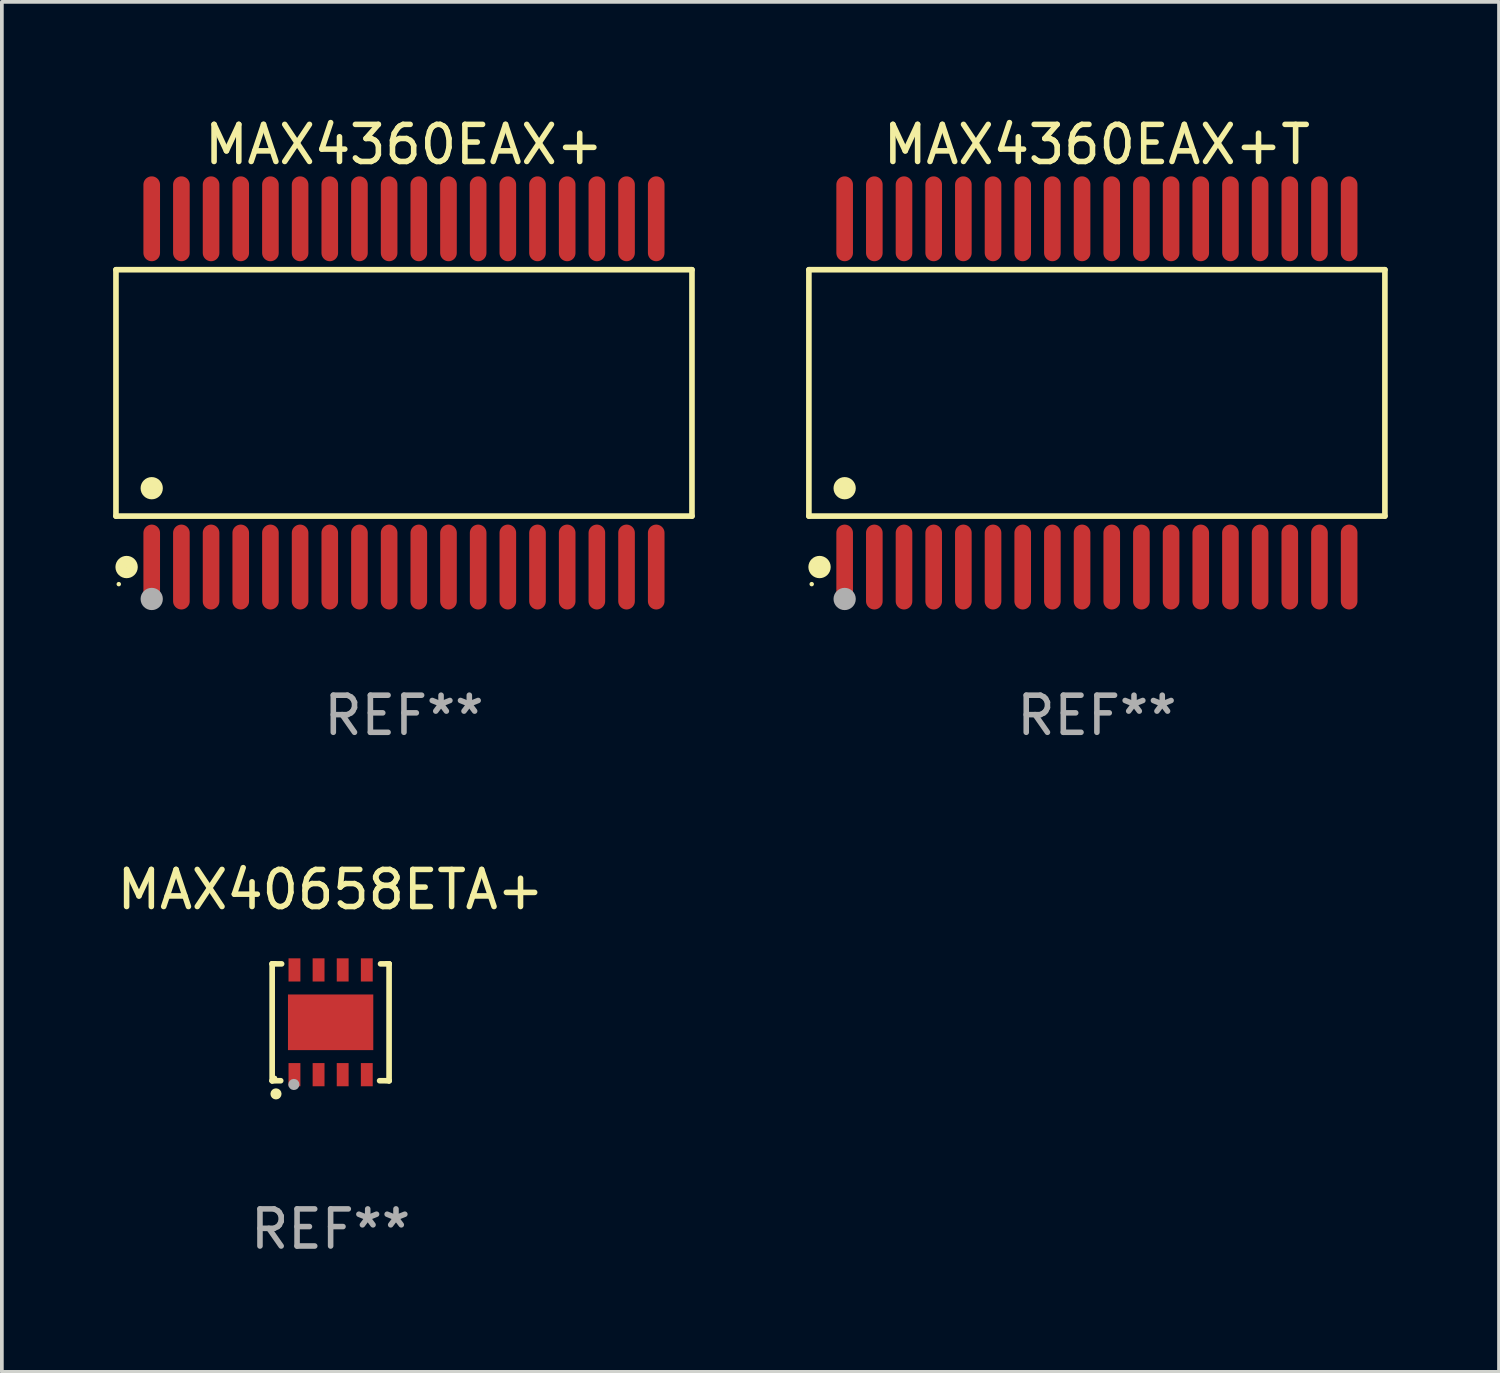
<source format=kicad_pcb>
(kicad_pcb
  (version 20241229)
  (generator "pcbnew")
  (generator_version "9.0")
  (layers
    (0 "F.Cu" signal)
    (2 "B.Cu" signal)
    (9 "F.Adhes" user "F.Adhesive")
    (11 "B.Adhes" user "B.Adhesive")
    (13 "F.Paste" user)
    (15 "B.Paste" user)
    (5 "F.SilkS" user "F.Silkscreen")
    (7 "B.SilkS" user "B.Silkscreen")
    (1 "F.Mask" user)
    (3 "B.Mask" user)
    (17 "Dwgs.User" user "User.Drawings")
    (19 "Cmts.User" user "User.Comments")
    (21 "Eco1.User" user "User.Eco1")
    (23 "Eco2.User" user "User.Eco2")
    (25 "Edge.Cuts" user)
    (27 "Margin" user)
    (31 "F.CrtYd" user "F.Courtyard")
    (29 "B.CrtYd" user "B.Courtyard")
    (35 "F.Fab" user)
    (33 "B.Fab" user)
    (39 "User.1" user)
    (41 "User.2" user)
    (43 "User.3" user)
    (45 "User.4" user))
  (footprint "MAX4360EAX+T"
    (layer "F.Cu")
    (at 26.52 7.542)
    (property "Reference" "MAX4360EAX+T" (at 0 -6.694 0) (layer "F.SilkS") (effects (font (size 1 1) (thickness 0.15))))
    (attr through_hole)
    (fp_line (start -7.764 -3.321) (end 7.764 -3.321) (stroke (width 0.152) (type solid)) (layer "F.SilkS"))
    (fp_line (start -7.764 3.321) (end -7.764 -3.321) (stroke (width 0.152) (type solid)) (layer "F.SilkS"))
    (fp_line (start 7.764 -3.321) (end 7.764 3.321) (stroke (width 0.152) (type solid)) (layer "F.SilkS"))
    (fp_line (start 7.764 3.321) (end -7.764 3.321) (stroke (width 0.152) (type solid)) (layer "F.SilkS"))
    (fp_circle (center -7.688 5.155) (end -7.658 5.155) (stroke (width 0.06) (type solid)) (fill no) (layer "F.SilkS"))
    (fp_circle (center -7.477 4.694) (end -7.326 4.694) (stroke (width 0.3) (type solid)) (fill no) (layer "F.SilkS"))
    (fp_circle (center -6.8 2.569) (end -6.65 2.569) (stroke (width 0.3) (type solid)) (fill no) (layer "F.SilkS"))
    (fp_circle (center -6.8 5.555) (end -6.65 5.555) (stroke (width 0.3) (type solid)) (fill no) (layer "F.Fab"))
    (fp_text user "REF**" (at 0 8.694 0) (layer "F.Fab") (effects (font (size 1 1) (thickness 0.15))))
    (pad "1" smd oval (at -6.8 4.694) (size 0.448 2.288) (layers "F.Cu" "F.Mask" "F.Paste"))
    (pad "2" smd oval (at -6 4.694) (size 0.448 2.288) (layers "F.Cu" "F.Mask" "F.Paste"))
    (pad "3" smd oval (at -5.2 4.694) (size 0.448 2.288) (layers "F.Cu" "F.Mask" "F.Paste"))
    (pad "4" smd oval (at -4.4 4.694) (size 0.448 2.288) (layers "F.Cu" "F.Mask" "F.Paste"))
    (pad "5" smd oval (at -3.6 4.694) (size 0.448 2.288) (layers "F.Cu" "F.Mask" "F.Paste"))
    (pad "6" smd oval (at -2.8 4.694) (size 0.448 2.288) (layers "F.Cu" "F.Mask" "F.Paste"))
    (pad "7" smd oval (at -2 4.694) (size 0.448 2.288) (layers "F.Cu" "F.Mask" "F.Paste"))
    (pad "8" smd oval (at -1.2 4.694) (size 0.448 2.288) (layers "F.Cu" "F.Mask" "F.Paste"))
    (pad "9" smd oval (at -0.4 4.694) (size 0.448 2.288) (layers "F.Cu" "F.Mask" "F.Paste"))
    (pad "10" smd oval (at 0.4 4.694) (size 0.448 2.288) (layers "F.Cu" "F.Mask" "F.Paste"))
    (pad "11" smd oval (at 1.2 4.694) (size 0.448 2.288) (layers "F.Cu" "F.Mask" "F.Paste"))
    (pad "12" smd oval (at 2 4.694) (size 0.448 2.288) (layers "F.Cu" "F.Mask" "F.Paste"))
    (pad "13" smd oval (at 2.8 4.694) (size 0.448 2.288) (layers "F.Cu" "F.Mask" "F.Paste"))
    (pad "14" smd oval (at 3.6 4.694) (size 0.448 2.288) (layers "F.Cu" "F.Mask" "F.Paste"))
    (pad "15" smd oval (at 4.4 4.694) (size 0.448 2.288) (layers "F.Cu" "F.Mask" "F.Paste"))
    (pad "16" smd oval (at 5.2 4.694) (size 0.448 2.288) (layers "F.Cu" "F.Mask" "F.Paste"))
    (pad "17" smd oval (at 6 4.694) (size 0.448 2.288) (layers "F.Cu" "F.Mask" "F.Paste"))
    (pad "18" smd oval (at 6.8 4.694) (size 0.448 2.288) (layers "F.Cu" "F.Mask" "F.Paste"))
    (pad "19" smd oval (at 6.8 -4.694) (size 0.448 2.288) (layers "F.Cu" "F.Mask" "F.Paste"))
    (pad "20" smd oval (at 6 -4.694) (size 0.448 2.288) (layers "F.Cu" "F.Mask" "F.Paste"))
    (pad "21" smd oval (at 5.2 -4.694) (size 0.448 2.288) (layers "F.Cu" "F.Mask" "F.Paste"))
    (pad "22" smd oval (at 4.4 -4.694) (size 0.448 2.288) (layers "F.Cu" "F.Mask" "F.Paste"))
    (pad "23" smd oval (at 3.6 -4.694) (size 0.448 2.288) (layers "F.Cu" "F.Mask" "F.Paste"))
    (pad "24" smd oval (at 2.8 -4.694) (size 0.448 2.288) (layers "F.Cu" "F.Mask" "F.Paste"))
    (pad "25" smd oval (at 2 -4.694) (size 0.448 2.288) (layers "F.Cu" "F.Mask" "F.Paste"))
    (pad "26" smd oval (at 1.2 -4.694) (size 0.448 2.288) (layers "F.Cu" "F.Mask" "F.Paste"))
    (pad "27" smd oval (at 0.4 -4.694) (size 0.448 2.288) (layers "F.Cu" "F.Mask" "F.Paste"))
    (pad "28" smd oval (at -0.4 -4.694) (size 0.448 2.288) (layers "F.Cu" "F.Mask" "F.Paste"))
    (pad "29" smd oval (at -1.2 -4.694) (size 0.448 2.288) (layers "F.Cu" "F.Mask" "F.Paste"))
    (pad "30" smd oval (at -2 -4.694) (size 0.448 2.288) (layers "F.Cu" "F.Mask" "F.Paste"))
    (pad "31" smd oval (at -2.8 -4.694) (size 0.448 2.288) (layers "F.Cu" "F.Mask" "F.Paste"))
    (pad "32" smd oval (at -3.6 -4.694) (size 0.448 2.288) (layers "F.Cu" "F.Mask" "F.Paste"))
    (pad "33" smd oval (at -4.4 -4.694) (size 0.448 2.288) (layers "F.Cu" "F.Mask" "F.Paste"))
    (pad "34" smd oval (at -5.2 -4.694) (size 0.448 2.288) (layers "F.Cu" "F.Mask" "F.Paste"))
    (pad "35" smd oval (at -6 -4.694) (size 0.448 2.288) (layers "F.Cu" "F.Mask" "F.Paste"))
    (pad "36" smd oval (at -6.8 -4.694) (size 0.448 2.288) (layers "F.Cu" "F.Mask" "F.Paste")))
  (footprint "MAX4360EAX+"
    (layer "F.Cu")
    (at 7.84 7.542)
    (property "Reference" "MAX4360EAX+" (at 0 -6.694 0) (layer "F.SilkS") (effects (font (size 1 1) (thickness 0.15))))
    (attr through_hole)
    (fp_line (start -7.764 -3.321) (end 7.764 -3.321) (stroke (width 0.152) (type solid)) (layer "F.SilkS"))
    (fp_line (start -7.764 3.321) (end -7.764 -3.321) (stroke (width 0.152) (type solid)) (layer "F.SilkS"))
    (fp_line (start 7.764 -3.321) (end 7.764 3.321) (stroke (width 0.152) (type solid)) (layer "F.SilkS"))
    (fp_line (start 7.764 3.321) (end -7.764 3.321) (stroke (width 0.152) (type solid)) (layer "F.SilkS"))
    (fp_circle (center -7.688 5.155) (end -7.658 5.155) (stroke (width 0.06) (type solid)) (fill no) (layer "F.SilkS"))
    (fp_circle (center -7.477 4.694) (end -7.326 4.694) (stroke (width 0.3) (type solid)) (fill no) (layer "F.SilkS"))
    (fp_circle (center -6.8 2.569) (end -6.65 2.569) (stroke (width 0.3) (type solid)) (fill no) (layer "F.SilkS"))
    (fp_circle (center -6.8 5.555) (end -6.65 5.555) (stroke (width 0.3) (type solid)) (fill no) (layer "F.Fab"))
    (fp_text user "REF**" (at 0 8.694 0) (layer "F.Fab") (effects (font (size 1 1) (thickness 0.15))))
    (pad "1" smd oval (at -6.8 4.694) (size 0.448 2.288) (layers "F.Cu" "F.Mask" "F.Paste"))
    (pad "2" smd oval (at -6 4.694) (size 0.448 2.288) (layers "F.Cu" "F.Mask" "F.Paste"))
    (pad "3" smd oval (at -5.2 4.694) (size 0.448 2.288) (layers "F.Cu" "F.Mask" "F.Paste"))
    (pad "4" smd oval (at -4.4 4.694) (size 0.448 2.288) (layers "F.Cu" "F.Mask" "F.Paste"))
    (pad "5" smd oval (at -3.6 4.694) (size 0.448 2.288) (layers "F.Cu" "F.Mask" "F.Paste"))
    (pad "6" smd oval (at -2.8 4.694) (size 0.448 2.288) (layers "F.Cu" "F.Mask" "F.Paste"))
    (pad "7" smd oval (at -2 4.694) (size 0.448 2.288) (layers "F.Cu" "F.Mask" "F.Paste"))
    (pad "8" smd oval (at -1.2 4.694) (size 0.448 2.288) (layers "F.Cu" "F.Mask" "F.Paste"))
    (pad "9" smd oval (at -0.4 4.694) (size 0.448 2.288) (layers "F.Cu" "F.Mask" "F.Paste"))
    (pad "10" smd oval (at 0.4 4.694) (size 0.448 2.288) (layers "F.Cu" "F.Mask" "F.Paste"))
    (pad "11" smd oval (at 1.2 4.694) (size 0.448 2.288) (layers "F.Cu" "F.Mask" "F.Paste"))
    (pad "12" smd oval (at 2 4.694) (size 0.448 2.288) (layers "F.Cu" "F.Mask" "F.Paste"))
    (pad "13" smd oval (at 2.8 4.694) (size 0.448 2.288) (layers "F.Cu" "F.Mask" "F.Paste"))
    (pad "14" smd oval (at 3.6 4.694) (size 0.448 2.288) (layers "F.Cu" "F.Mask" "F.Paste"))
    (pad "15" smd oval (at 4.4 4.694) (size 0.448 2.288) (layers "F.Cu" "F.Mask" "F.Paste"))
    (pad "16" smd oval (at 5.2 4.694) (size 0.448 2.288) (layers "F.Cu" "F.Mask" "F.Paste"))
    (pad "17" smd oval (at 6 4.694) (size 0.448 2.288) (layers "F.Cu" "F.Mask" "F.Paste"))
    (pad "18" smd oval (at 6.8 4.694) (size 0.448 2.288) (layers "F.Cu" "F.Mask" "F.Paste"))
    (pad "19" smd oval (at 6.8 -4.694) (size 0.448 2.288) (layers "F.Cu" "F.Mask" "F.Paste"))
    (pad "20" smd oval (at 6 -4.694) (size 0.448 2.288) (layers "F.Cu" "F.Mask" "F.Paste"))
    (pad "21" smd oval (at 5.2 -4.694) (size 0.448 2.288) (layers "F.Cu" "F.Mask" "F.Paste"))
    (pad "22" smd oval (at 4.4 -4.694) (size 0.448 2.288) (layers "F.Cu" "F.Mask" "F.Paste"))
    (pad "23" smd oval (at 3.6 -4.694) (size 0.448 2.288) (layers "F.Cu" "F.Mask" "F.Paste"))
    (pad "24" smd oval (at 2.8 -4.694) (size 0.448 2.288) (layers "F.Cu" "F.Mask" "F.Paste"))
    (pad "25" smd oval (at 2 -4.694) (size 0.448 2.288) (layers "F.Cu" "F.Mask" "F.Paste"))
    (pad "26" smd oval (at 1.2 -4.694) (size 0.448 2.288) (layers "F.Cu" "F.Mask" "F.Paste"))
    (pad "27" smd oval (at 0.4 -4.694) (size 0.448 2.288) (layers "F.Cu" "F.Mask" "F.Paste"))
    (pad "28" smd oval (at -0.4 -4.694) (size 0.448 2.288) (layers "F.Cu" "F.Mask" "F.Paste"))
    (pad "29" smd oval (at -1.2 -4.694) (size 0.448 2.288) (layers "F.Cu" "F.Mask" "F.Paste"))
    (pad "30" smd oval (at -2 -4.694) (size 0.448 2.288) (layers "F.Cu" "F.Mask" "F.Paste"))
    (pad "31" smd oval (at -2.8 -4.694) (size 0.448 2.288) (layers "F.Cu" "F.Mask" "F.Paste"))
    (pad "32" smd oval (at -3.6 -4.694) (size 0.448 2.288) (layers "F.Cu" "F.Mask" "F.Paste"))
    (pad "33" smd oval (at -4.4 -4.694) (size 0.448 2.288) (layers "F.Cu" "F.Mask" "F.Paste"))
    (pad "34" smd oval (at -5.2 -4.694) (size 0.448 2.288) (layers "F.Cu" "F.Mask" "F.Paste"))
    (pad "35" smd oval (at -6 -4.694) (size 0.448 2.288) (layers "F.Cu" "F.Mask" "F.Paste"))
    (pad "36" smd oval (at -6.8 -4.694) (size 0.448 2.288) (layers "F.Cu" "F.Mask" "F.Paste")))
  (footprint "MAX40658ETA+"
    (layer "F.Cu")
    (at 5.863 24.509)
    (property "Reference" "MAX40658ETA+" (at 0 -3.576 0) (layer "F.SilkS") (effects (font (size 1 1) (thickness 0.15))))
    (attr through_hole)
    (fp_line (start -1.576 -1.576) (end -1.576 -1.576) (stroke (width 0.152) (type solid)) (layer "F.SilkS"))
    (fp_line (start -1.576 -1.576) (end -1.576 1.576) (stroke (width 0.152) (type solid)) (layer "F.SilkS"))
    (fp_line (start -1.576 1.576) (end -1.576 1.576) (stroke (width 0.152) (type solid)) (layer "F.SilkS"))
    (fp_line (start -1.576 1.576) (end -1.346 1.575) (stroke (width 0.152) (type solid)) (layer "F.SilkS"))
    (fp_line (start -1.321 -1.575) (end -1.576 -1.576) (stroke (width 0.152) (type solid)) (layer "F.SilkS"))
    (fp_line (start 1.321 1.575) (end 1.576 1.576) (stroke (width 0.152) (type solid)) (layer "F.SilkS"))
    (fp_line (start 1.576 -1.576) (end 1.346 -1.575) (stroke (width 0.152) (type solid)) (layer "F.SilkS"))
    (fp_line (start 1.576 -1.576) (end 1.576 -1.576) (stroke (width 0.152) (type solid)) (layer "F.SilkS"))
    (fp_line (start 1.576 1.576) (end 1.576 -1.576) (stroke (width 0.152) (type solid)) (layer "F.SilkS"))
    (fp_line (start 1.576 1.576) (end 1.576 1.576) (stroke (width 0.152) (type solid)) (layer "F.SilkS"))
    (fp_circle (center -1.5 1.5) (end -1.47 1.5) (stroke (width 0.06) (type solid)) (fill no) (layer "F.SilkS"))
    (fp_circle (center -1.473 1.93) (end -1.398 1.93) (stroke (width 0.15) (type solid)) (fill no) (layer "F.SilkS"))
    (fp_circle (center -0.991 1.676) (end -0.916 1.676) (stroke (width 0.15) (type solid)) (fill no) (layer "F.Fab"))
    (fp_text user "REF**" (at 0 5.576 0) (layer "F.Fab") (effects (font (size 1 1) (thickness 0.15))))
    (pad "1" smd rect (at -0.975 1.412) (size 0.32 0.625) (layers "F.Cu" "F.Mask" "F.Paste"))
    (pad "2" smd rect (at -0.325 1.412) (size 0.32 0.625) (layers "F.Cu" "F.Mask" "F.Paste"))
    (pad "3" smd rect (at 0.325 1.412) (size 0.32 0.625) (layers "F.Cu" "F.Mask" "F.Paste"))
    (pad "4" smd rect (at 0.975 1.412) (size 0.32 0.625) (layers "F.Cu" "F.Mask" "F.Paste"))
    (pad "5" smd rect (at 0.975 -1.412) (size 0.32 0.625) (layers "F.Cu" "F.Mask" "F.Paste"))
    (pad "6" smd rect (at 0.325 -1.412) (size 0.32 0.625) (layers "F.Cu" "F.Mask" "F.Paste"))
    (pad "7" smd rect (at -0.325 -1.412) (size 0.32 0.625) (layers "F.Cu" "F.Mask" "F.Paste"))
    (pad "8" smd rect (at -0.975 -1.412) (size 0.32 0.625) (layers "F.Cu" "F.Mask" "F.Paste"))
    (pad "9" smd rect (at 0 0) (size 2.3 1.5) (layers "F.Cu" "F.Mask" "F.Paste")))
  (gr_rect
    (start -3 -3)
    (end 37.36 33.933)
    (stroke (width 0.1) (type default))
    (fill no)
    (layer "Edge.Cuts")))
</source>
